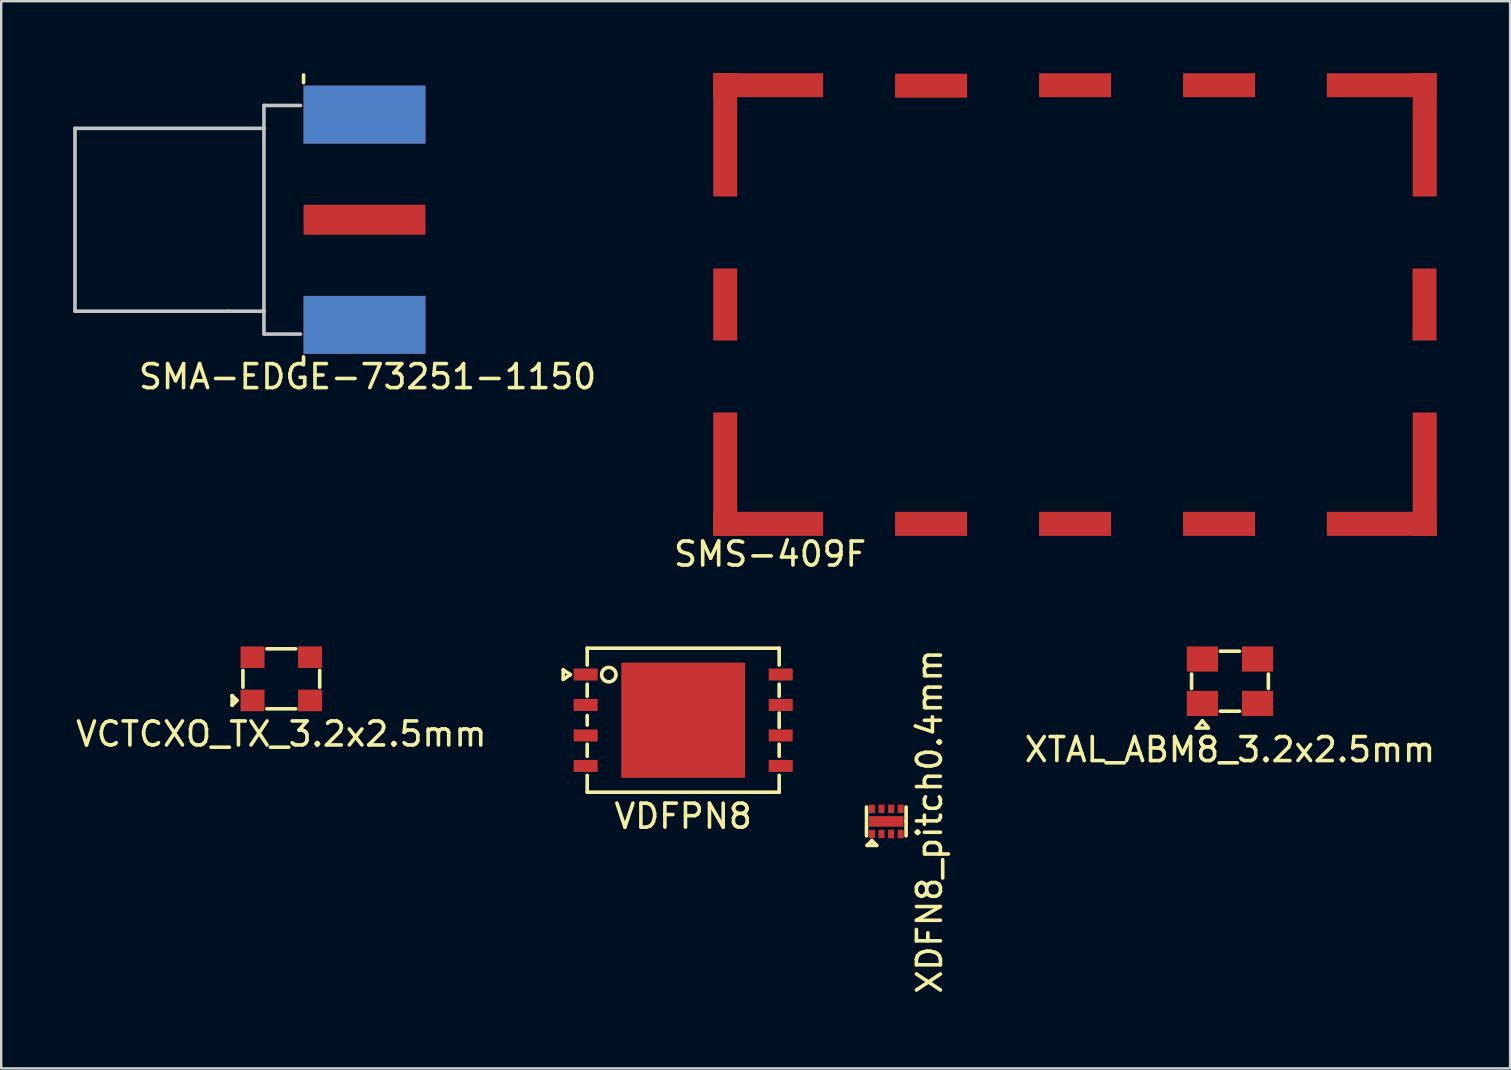
<source format=kicad_pcb>
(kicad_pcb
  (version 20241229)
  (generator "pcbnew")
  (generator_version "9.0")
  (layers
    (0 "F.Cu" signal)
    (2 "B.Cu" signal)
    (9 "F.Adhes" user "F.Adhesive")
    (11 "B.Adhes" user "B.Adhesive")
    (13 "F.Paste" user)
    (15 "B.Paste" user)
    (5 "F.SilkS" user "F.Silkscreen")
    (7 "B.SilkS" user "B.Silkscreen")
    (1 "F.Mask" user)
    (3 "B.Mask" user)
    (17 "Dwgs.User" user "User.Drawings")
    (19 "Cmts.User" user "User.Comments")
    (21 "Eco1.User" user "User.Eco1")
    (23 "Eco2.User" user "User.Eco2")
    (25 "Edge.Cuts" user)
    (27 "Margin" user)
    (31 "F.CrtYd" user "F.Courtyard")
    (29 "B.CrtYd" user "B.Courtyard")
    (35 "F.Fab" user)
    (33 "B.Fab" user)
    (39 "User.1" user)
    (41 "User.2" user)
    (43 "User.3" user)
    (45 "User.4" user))
  (footprint "XDFN8_pitch0.4mm"
    (layer "F.Cu")
    (at 33.884 31.18)
    (property "Reference" "XDFN8_pitch0.4mm" (at 1.8 0 90) (layer "F.SilkS") (effects (font (size 1 1) (thickness 0.15))))
    (attr through_hole)
    (fp_line (start -0.825 -0.6) (end -0.825 0.6) (stroke (width 0.15) (type solid)) (layer "F.SilkS"))
    (fp_line (start -0.8 1) (end -0.4 1) (stroke (width 0.15) (type solid)) (layer "F.SilkS"))
    (fp_line (start -0.6 0.8) (end -0.8 1) (stroke (width 0.15) (type solid)) (layer "F.SilkS"))
    (fp_line (start -0.4 1) (end -0.6 0.8) (stroke (width 0.15) (type solid)) (layer "F.SilkS"))
    (fp_line (start 0.825 0) (end 0.825 -0.6) (stroke (width 0.15) (type solid)) (layer "F.SilkS"))
    (fp_line (start 0.825 0) (end 0.825 0.6) (stroke (width 0.15) (type solid)) (layer "F.SilkS"))
    (pad "1" smd rect (at -0.6 0.525) (size 0.25 0.35) (layers "F.Cu" "F.Mask" "F.Paste"))
    (pad "2" smd rect (at -0.2 0.525) (size 0.25 0.35) (layers "F.Cu" "F.Mask" "F.Paste"))
    (pad "3" smd rect (at 0.2 0.525) (size 0.25 0.35) (layers "F.Cu" "F.Mask" "F.Paste"))
    (pad "4" smd rect (at 0.6 0.525) (size 0.25 0.35) (layers "F.Cu" "F.Mask" "F.Paste"))
    (pad "5" smd rect (at 0.6 -0.525) (size 0.25 0.35) (layers "F.Cu" "F.Mask" "F.Paste"))
    (pad "6" smd rect (at 0.2 -0.525) (size 0.25 0.35) (layers "F.Cu" "F.Mask" "F.Paste"))
    (pad "7" smd rect (at -0.2 -0.525) (size 0.25 0.35) (layers "F.Cu" "F.Mask" "F.Paste"))
    (pad "8" smd rect (at -0.6 -0.525) (size 0.25 0.35) (layers "F.Cu" "F.Mask" "F.Paste"))
    (pad "9" smd rect (at 0 0) (size 1.44 0.44) (layers "F.Cu" "F.Mask" "F.Paste")))
  (footprint "SMS-409F"
    (layer "F.Cu")
    (at 41.741 9.64)
    (property "Reference" "SMS-409F" (at -12.7 10.4 0) (layer "F.SilkS") (effects (font (size 1 1) (thickness 0.15))))
    (attr through_hole)
    (pad "1" smd rect (at -14.57 -7.07 90) (size 5.14 1) (layers "F.Cu" "F.Mask" "F.Paste"))
    (pad "1" smd rect (at -14.57 0 90) (size 3 1) (layers "F.Cu" "F.Mask" "F.Paste"))
    (pad "1" smd rect (at -14.57 7.07 90) (size 5.14 1) (layers "F.Cu" "F.Mask" "F.Paste"))
    (pad "1" smd rect (at -12.78 -9.14) (size 4.58 1) (layers "F.Cu" "F.Mask" "F.Paste"))
    (pad "1" smd rect (at -12.78 9.14) (size 4.58 1) (layers "F.Cu" "F.Mask" "F.Paste"))
    (pad "1" smd rect (at -5.99 -9.12) (size 3 1) (layers "F.Cu" "F.Mask" "F.Paste"))
    (pad "1" smd rect (at -5.99 9.14) (size 3 1) (layers "F.Cu" "F.Mask" "F.Paste"))
    (pad "1" smd rect (at 0.01 -9.14) (size 3 1) (layers "F.Cu" "F.Mask" "F.Paste"))
    (pad "1" smd rect (at 0.01 9.14) (size 3 1) (layers "F.Cu" "F.Mask" "F.Paste"))
    (pad "1" smd rect (at 6.01 -9.14) (size 3 1) (layers "F.Cu" "F.Mask" "F.Paste"))
    (pad "1" smd rect (at 6.01 9.14) (size 3 1) (layers "F.Cu" "F.Mask" "F.Paste"))
    (pad "1" smd rect (at 12.79 -9.14) (size 4.58 1) (layers "F.Cu" "F.Mask" "F.Paste"))
    (pad "1" smd rect (at 12.79 9.14) (size 4.58 1) (layers "F.Cu" "F.Mask" "F.Paste"))
    (pad "1" smd rect (at 14.57 0 90) (size 3 1) (layers "F.Cu" "F.Mask" "F.Paste"))
    (pad "1" smd rect (at 14.58 -7.07 90) (size 5.14 1) (layers "F.Cu" "F.Mask" "F.Paste"))
    (pad "1" smd rect (at 14.58 7.07 90) (size 5.14 1) (layers "F.Cu" "F.Mask" "F.Paste")))
  (footprint "VCTCXO_TX_3.2x2.5mm"
    (layer "F.Cu")
    (at 8.673 25.238)
    (property "Reference" "VCTCXO_TX_3.2x2.5mm" (at 0 2.3 0) (layer "F.SilkS") (effects (font (size 1 1) (thickness 0.15))))
    (attr through_hole)
    (fp_line (start -2.05 0.7) (end -2.05 1.1) (stroke (width 0.15) (type solid)) (layer "F.SilkS"))
    (fp_line (start -2.05 1.1) (end -1.85 0.9) (stroke (width 0.15) (type solid)) (layer "F.SilkS"))
    (fp_line (start -1.85 0.9) (end -2.05 0.7) (stroke (width 0.15) (type solid)) (layer "F.SilkS"))
    (fp_line (start -1.6 -0.35) (end -1.6 0.35) (stroke (width 0.15) (type solid)) (layer "F.SilkS"))
    (fp_line (start -0.6 1.25) (end 0.6 1.25) (stroke (width 0.15) (type solid)) (layer "F.SilkS"))
    (fp_line (start 0.6 -1.25) (end -0.6 -1.25) (stroke (width 0.15) (type solid)) (layer "F.SilkS"))
    (fp_line (start 1.6 0.35) (end 1.6 -0.35) (stroke (width 0.15) (type solid)) (layer "F.SilkS"))
    (pad "1" smd rect (at -1.2 0.9) (size 1 0.9) (layers "F.Cu" "F.Mask" "F.Paste"))
    (pad "2" smd rect (at 1.2 0.9) (size 1 0.9) (layers "F.Cu" "F.Mask" "F.Paste"))
    (pad "3" smd rect (at 1.2 -0.9) (size 1 0.9) (layers "F.Cu" "F.Mask" "F.Paste"))
    (pad "4" smd rect (at -1.2 -0.9) (size 1 0.9) (layers "F.Cu" "F.Mask" "F.Paste")))
  (footprint "XTAL_ABM8_3.2x2.5mm"
    (layer "F.Cu")
    (at 48.205 25.338)
    (property "Reference" "XTAL_ABM8_3.2x2.5mm" (at 0 2.85 0) (layer "F.SilkS") (effects (font (size 1 1) (thickness 0.15))))
    (attr through_hole)
    (fp_line (start -1.6 0.3) (end -1.6 -0.3) (stroke (width 0.15) (type solid)) (layer "F.SilkS"))
    (fp_line (start -1.4 1.95) (end -0.9 1.95) (stroke (width 0.15) (type solid)) (layer "F.SilkS"))
    (fp_line (start -1.15 1.65) (end -1.4 1.95) (stroke (width 0.15) (type solid)) (layer "F.SilkS"))
    (fp_line (start -0.9 1.95) (end -1.15 1.65) (stroke (width 0.15) (type solid)) (layer "F.SilkS"))
    (fp_line (start -0.4 -1.25) (end 0.4 -1.25) (stroke (width 0.15) (type solid)) (layer "F.SilkS"))
    (fp_line (start -0.4 1.25) (end 0.4 1.25) (stroke (width 0.15) (type solid)) (layer "F.SilkS"))
    (fp_line (start 1.6 -0.3) (end 1.6 0.3) (stroke (width 0.15) (type solid)) (layer "F.SilkS"))
    (pad "1" smd rect (at -1.15 0.925) (size 1.3 1.05) (layers "F.Cu" "F.Mask" "F.Paste"))
    (pad "2" smd rect (at 1.15 -0.925) (size 1.3 1.05) (layers "F.Cu" "F.Mask" "F.Paste"))
    (pad "3" smd rect (at -1.15 -0.925) (size 1.3 1.05) (layers "F.Cu" "F.Mask" "F.Paste"))
    (pad "3" smd rect (at 1.15 0.925) (size 1.3 1.05) (layers "F.Cu" "F.Mask" "F.Paste")))
  (footprint "VDFPN8"
    (layer "F.Cu")
    (at 25.42 26.963)
    (property "Reference" "VDFPN8" (at 0 4 0) (layer "F.SilkS") (effects (font (size 1 1) (thickness 0.15))))
    (attr through_hole)
    (fp_line (start -5 -2.1) (end -5 -1.7) (stroke (width 0.15) (type solid)) (layer "F.SilkS"))
    (fp_line (start -5 -1.7) (end -4.7 -1.9) (stroke (width 0.15) (type solid)) (layer "F.SilkS"))
    (fp_line (start -4.7 -1.9) (end -5 -2.1) (stroke (width 0.15) (type solid)) (layer "F.SilkS"))
    (fp_line (start -4 -3) (end -4 -2.3) (stroke (width 0.15) (type solid)) (layer "F.SilkS"))
    (fp_line (start -4 -1.5) (end -4 -1) (stroke (width 0.15) (type solid)) (layer "F.SilkS"))
    (fp_line (start -4 -0.2) (end -4 0.2) (stroke (width 0.15) (type solid)) (layer "F.SilkS"))
    (fp_line (start -4 1) (end -4 1.5) (stroke (width 0.15) (type solid)) (layer "F.SilkS"))
    (fp_line (start -4 3) (end -4 2.3) (stroke (width 0.15) (type solid)) (layer "F.SilkS"))
    (fp_line (start 4 -3) (end -4 -3) (stroke (width 0.15) (type solid)) (layer "F.SilkS"))
    (fp_line (start 4 -2.3) (end 4 -3) (stroke (width 0.15) (type solid)) (layer "F.SilkS"))
    (fp_line (start 4 -1) (end 4 -1.5) (stroke (width 0.15) (type solid)) (layer "F.SilkS"))
    (fp_line (start 4 0.3) (end 4 -0.3) (stroke (width 0.15) (type solid)) (layer "F.SilkS"))
    (fp_line (start 4 1) (end 4 1.5) (stroke (width 0.15) (type solid)) (layer "F.SilkS"))
    (fp_line (start 4 3) (end -4 3) (stroke (width 0.15) (type solid)) (layer "F.SilkS"))
    (fp_line (start 4 3) (end 4 2.3) (stroke (width 0.15) (type solid)) (layer "F.SilkS"))
    (fp_circle (center -3.1 -1.9) (end -2.8 -1.9) (stroke (width 0.15) (type solid)) (fill no) (layer "F.SilkS"))
    (pad "1" smd rect (at -4.064 -1.905) (size 1 0.5) (layers "F.Cu" "F.Mask" "F.Paste"))
    (pad "2" smd rect (at -4.064 -0.635) (size 1 0.5) (layers "F.Cu" "F.Mask" "F.Paste"))
    (pad "3" smd rect (at -4.064 0.635) (size 1 0.5) (layers "F.Cu" "F.Mask" "F.Paste"))
    (pad "4" smd rect (at -4.064 1.905) (size 1 0.5) (layers "F.Cu" "F.Mask" "F.Paste"))
    (pad "4" smd rect (at 0 0) (size 5.16 4.8) (layers "F.Cu" "F.Mask" "F.Paste"))
    (pad "5" smd rect (at 4.064 1.905) (size 1 0.5) (layers "F.Cu" "F.Mask" "F.Paste"))
    (pad "6" smd rect (at 4.064 0.635) (size 1 0.5) (layers "F.Cu" "F.Mask" "F.Paste"))
    (pad "7" smd rect (at 4.064 -0.635) (size 1 0.5) (layers "F.Cu" "F.Mask" "F.Paste"))
    (pad "8" smd rect (at 4.064 -1.905) (size 1 0.5) (layers "F.Cu" "F.Mask" "F.Paste")))
  (footprint "SMA-EDGE-73251-1150"
    (layer "F.Cu")
    (at 9.6 6.107)
    (property "Reference" "SMA-EDGE-73251-1150" (at 2.667 6.54 0) (layer "F.SilkS") (effects (font (size 1 1) (thickness 0.15))))
    (attr through_hole)
    (fp_line (start 0 -5.715) (end 0 -6.032) (stroke (width 0.15) (type solid)) (layer "F.SilkS"))
    (fp_line (start 0 5.715) (end 0 5.969) (stroke (width 0.15) (type solid)) (layer "F.SilkS"))
    (fp_line (start -9.525 -3.81) (end -1.651 -3.81) (stroke (width 0.15) (type solid)) (layer "Dwgs.User"))
    (fp_line (start -9.525 3.81) (end -9.525 -3.81) (stroke (width 0.15) (type solid)) (layer "Dwgs.User"))
    (fp_line (start -3.111 3.81) (end -9.525 3.81) (stroke (width 0.15) (type solid)) (layer "Dwgs.User"))
    (fp_line (start -1.651 -4.763) (end -0.127 -4.763) (stroke (width 0.15) (type solid)) (layer "Dwgs.User"))
    (fp_line (start -1.651 -3.81) (end -1.651 -4.763) (stroke (width 0.15) (type solid)) (layer "Dwgs.User"))
    (fp_line (start -1.651 -3.81) (end -1.651 3.81) (stroke (width 0.15) (type solid)) (layer "Dwgs.User"))
    (fp_line (start -1.651 3.81) (end -3.111 3.81) (stroke (width 0.15) (type solid)) (layer "Dwgs.User"))
    (fp_line (start -1.651 4.763) (end -1.651 3.81) (stroke (width 0.15) (type solid)) (layer "Dwgs.User"))
    (fp_line (start -0.127 4.763) (end -1.651 4.763) (stroke (width 0.15) (type solid)) (layer "Dwgs.User"))
    (pad "1" smd rect (at 2.54 0) (size 5.08 1.25) (layers "F.Cu" "F.Mask" "F.Paste"))
    (pad "2" smd rect (at 2.54 -4.381) (size 5.08 2.413) (layers "F.Cu" "F.Mask" "F.Paste"))
    (pad "2" smd rect (at 2.54 -4.381) (size 5.08 2.413) (layers "B.Cu" "B.Mask" "B.Paste"))
    (pad "2" smd rect (at 2.54 4.381) (size 5.08 2.413) (layers "F.Cu" "F.Mask" "F.Paste"))
    (pad "2" smd rect (at 2.54 4.381) (size 5.08 2.413) (layers "B.Cu" "B.Mask" "B.Paste")))
  (gr_rect
    (start -3 -3)
    (end 59.878 41.472)
    (stroke (width 0.1) (type default))
    (fill no)
    (layer "Edge.Cuts")))
</source>
